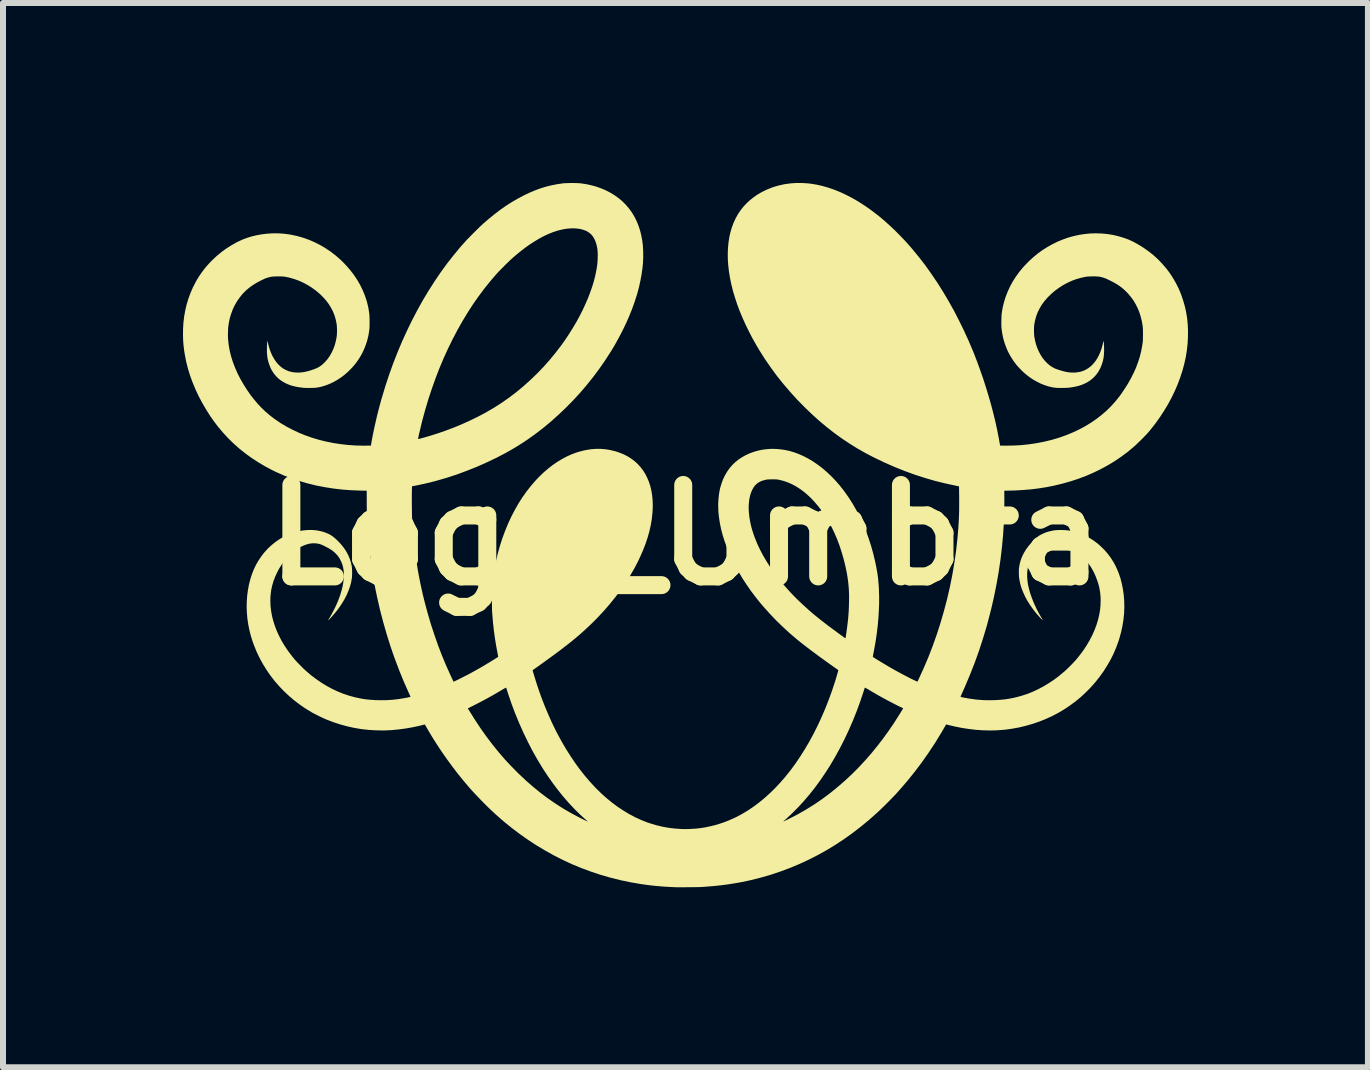
<source format=kicad_pcb>
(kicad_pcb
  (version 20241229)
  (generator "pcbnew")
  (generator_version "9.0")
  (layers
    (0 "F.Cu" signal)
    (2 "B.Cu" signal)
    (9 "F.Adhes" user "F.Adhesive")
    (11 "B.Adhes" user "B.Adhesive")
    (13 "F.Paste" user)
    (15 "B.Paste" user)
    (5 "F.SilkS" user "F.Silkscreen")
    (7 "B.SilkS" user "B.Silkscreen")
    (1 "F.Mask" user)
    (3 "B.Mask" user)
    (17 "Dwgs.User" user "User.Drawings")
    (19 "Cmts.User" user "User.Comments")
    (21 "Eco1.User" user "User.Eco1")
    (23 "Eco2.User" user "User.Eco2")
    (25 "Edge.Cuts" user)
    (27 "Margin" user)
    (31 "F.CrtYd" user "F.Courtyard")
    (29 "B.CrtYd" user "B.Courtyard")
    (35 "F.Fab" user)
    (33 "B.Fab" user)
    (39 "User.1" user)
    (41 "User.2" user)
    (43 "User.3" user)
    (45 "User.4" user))
  (footprint "Logo_Umbra"
    (layer "F.Cu")
    (at 8.374 5.868)
    (property "Reference" "Logo_Umbra" (at 0 0 0) (layer "F.SilkS") (effects (font (size 1.524 1.524) (thickness 0.3))))
    (attr board_only exclude_from_pos_files exclude_from_bom)
    (fp_poly (pts (xy 2.038 -5.862) (xy 2.091 -5.856) (xy 2.188 -5.84) (xy 2.285 -5.818) (xy 2.383 -5.79) (xy 2.481 -5.756) (xy 2.581 -5.716) (xy 2.68 -5.669) (xy 2.78 -5.618) (xy 2.88 -5.56) (xy 2.98 -5.496) (xy 3.08 -5.427) (xy 3.179 -5.352) (xy 3.219 -5.321) (xy 3.309 -5.246) (xy 3.399 -5.165) (xy 3.49 -5.08) (xy 3.579 -4.99) (xy 3.668 -4.897) (xy 3.754 -4.8) (xy 3.794 -4.753) (xy 3.9 -4.623) (xy 4.004 -4.488) (xy 4.104 -4.347) (xy 4.202 -4.202) (xy 4.297 -4.051) (xy 4.388 -3.897) (xy 4.477 -3.738) (xy 4.561 -3.575) (xy 4.642 -3.409) (xy 4.72 -3.239) (xy 4.793 -3.067) (xy 4.812 -3.02) (xy 4.864 -2.885) (xy 4.914 -2.747) (xy 4.963 -2.607) (xy 5.008 -2.466) (xy 5.051 -2.325) (xy 5.092 -2.183) (xy 5.129 -2.043) (xy 5.163 -1.905) (xy 5.193 -1.769) (xy 5.219 -1.637) (xy 5.236 -1.543) (xy 5.245 -1.491) (xy 5.34 -1.49) (xy 5.471 -1.492) (xy 5.601 -1.499) (xy 5.73 -1.513) (xy 5.858 -1.532) (xy 5.984 -1.557) (xy 6.108 -1.587) (xy 6.229 -1.623) (xy 6.247 -1.629) (xy 6.358 -1.669) (xy 6.466 -1.714) (xy 6.569 -1.763) (xy 6.667 -1.816) (xy 6.762 -1.874) (xy 6.852 -1.936) (xy 6.937 -2.002) (xy 7.018 -2.072) (xy 7.094 -2.147) (xy 7.165 -2.225) (xy 7.231 -2.307) (xy 7.236 -2.314) (xy 7.253 -2.337) (xy 7.273 -2.365) (xy 7.293 -2.395) (xy 7.314 -2.426) (xy 7.334 -2.457) (xy 7.353 -2.487) (xy 7.37 -2.513) (xy 7.375 -2.522) (xy 7.426 -2.613) (xy 7.472 -2.704) (xy 7.512 -2.793) (xy 7.545 -2.883) (xy 7.574 -2.972) (xy 7.596 -3.062) (xy 7.613 -3.152) (xy 7.623 -3.219) (xy 7.624 -3.235) (xy 7.625 -3.256) (xy 7.626 -3.281) (xy 7.626 -3.308) (xy 7.627 -3.337) (xy 7.627 -3.367) (xy 7.626 -3.395) (xy 7.626 -3.422) (xy 7.625 -3.445) (xy 7.623 -3.463) (xy 7.623 -3.471) (xy 7.61 -3.554) (xy 7.591 -3.633) (xy 7.568 -3.708) (xy 7.539 -3.78) (xy 7.505 -3.848) (xy 7.466 -3.913) (xy 7.421 -3.974) (xy 7.372 -4.031) (xy 7.354 -4.05) (xy 7.322 -4.081) (xy 7.29 -4.109) (xy 7.258 -4.135) (xy 7.223 -4.16) (xy 7.185 -4.184) (xy 7.144 -4.208) (xy 7.098 -4.232) (xy 7.072 -4.245) (xy 7.039 -4.261) (xy 7.009 -4.275) (xy 6.981 -4.285) (xy 6.954 -4.294) (xy 6.926 -4.301) (xy 6.903 -4.305) (xy 6.883 -4.308) (xy 6.858 -4.31) (xy 6.83 -4.311) (xy 6.799 -4.312) (xy 6.768 -4.311) (xy 6.737 -4.31) (xy 6.709 -4.309) (xy 6.683 -4.306) (xy 6.668 -4.304) (xy 6.59 -4.287) (xy 6.514 -4.265) (xy 6.438 -4.237) (xy 6.365 -4.203) (xy 6.293 -4.164) (xy 6.225 -4.12) (xy 6.159 -4.072) (xy 6.098 -4.019) (xy 6.04 -3.963) (xy 5.987 -3.902) (xy 5.981 -3.895) (xy 5.939 -3.837) (xy 5.903 -3.776) (xy 5.872 -3.713) (xy 5.847 -3.647) (xy 5.828 -3.578) (xy 5.816 -3.516) (xy 5.813 -3.492) (xy 5.811 -3.465) (xy 5.81 -3.434) (xy 5.81 -3.402) (xy 5.811 -3.37) (xy 5.812 -3.34) (xy 5.815 -3.314) (xy 5.816 -3.304) (xy 5.828 -3.241) (xy 5.844 -3.179) (xy 5.864 -3.119) (xy 5.889 -3.063) (xy 5.917 -3.009) (xy 5.948 -2.959) (xy 5.983 -2.914) (xy 6.021 -2.873) (xy 6.061 -2.837) (xy 6.104 -2.806) (xy 6.115 -2.8) (xy 6.131 -2.791) (xy 6.145 -2.783) (xy 6.16 -2.776) (xy 6.177 -2.769) (xy 6.197 -2.762) (xy 6.221 -2.754) (xy 6.226 -2.752) (xy 6.266 -2.74) (xy 6.301 -2.73) (xy 6.334 -2.722) (xy 6.364 -2.716) (xy 6.394 -2.712) (xy 6.425 -2.709) (xy 6.427 -2.709) (xy 6.483 -2.708) (xy 6.537 -2.713) (xy 6.589 -2.723) (xy 6.637 -2.739) (xy 6.683 -2.761) (xy 6.726 -2.789) (xy 6.767 -2.822) (xy 6.804 -2.861) (xy 6.839 -2.905) (xy 6.87 -2.955) (xy 6.886 -2.985) (xy 6.912 -3.041) (xy 6.934 -3.101) (xy 6.952 -3.164) (xy 6.96 -3.198) (xy 6.963 -3.212) (xy 6.966 -3.224) (xy 6.968 -3.232) (xy 6.969 -3.235) (xy 6.97 -3.233) (xy 6.972 -3.226) (xy 6.973 -3.214) (xy 6.975 -3.199) (xy 6.976 -3.18) (xy 6.977 -3.16) (xy 6.978 -3.138) (xy 6.978 -3.115) (xy 6.979 -3.093) (xy 6.979 -3.09) (xy 6.978 -3.044) (xy 6.975 -3.002) (xy 6.971 -2.963) (xy 6.964 -2.926) (xy 6.955 -2.889) (xy 6.943 -2.851) (xy 6.942 -2.847) (xy 6.92 -2.791) (xy 6.893 -2.739) (xy 6.862 -2.691) (xy 6.825 -2.647) (xy 6.784 -2.607) (xy 6.739 -2.572) (xy 6.689 -2.541) (xy 6.634 -2.515) (xy 6.607 -2.504) (xy 6.564 -2.49) (xy 6.515 -2.477) (xy 6.464 -2.467) (xy 6.411 -2.459) (xy 6.375 -2.455) (xy 6.356 -2.454) (xy 6.333 -2.453) (xy 6.307 -2.452) (xy 6.279 -2.452) (xy 6.251 -2.452) (xy 6.224 -2.452) (xy 6.2 -2.453) (xy 6.18 -2.454) (xy 6.168 -2.455) (xy 6.108 -2.464) (xy 6.047 -2.479) (xy 5.985 -2.499) (xy 5.923 -2.524) (xy 5.861 -2.555) (xy 5.8 -2.589) (xy 5.741 -2.628) (xy 5.685 -2.671) (xy 5.656 -2.695) (xy 5.635 -2.714) (xy 5.612 -2.736) (xy 5.588 -2.76) (xy 5.564 -2.785) (xy 5.542 -2.809) (xy 5.522 -2.832) (xy 5.512 -2.844) (xy 5.462 -2.912) (xy 5.417 -2.983) (xy 5.377 -3.057) (xy 5.344 -3.134) (xy 5.316 -3.213) (xy 5.294 -3.294) (xy 5.278 -3.376) (xy 5.268 -3.454) (xy 5.267 -3.477) (xy 5.266 -3.504) (xy 5.266 -3.534) (xy 5.266 -3.566) (xy 5.267 -3.598) (xy 5.268 -3.629) (xy 5.269 -3.658) (xy 5.271 -3.683) (xy 5.273 -3.699) (xy 5.288 -3.791) (xy 5.31 -3.881) (xy 5.337 -3.969) (xy 5.371 -4.056) (xy 5.41 -4.141) (xy 5.455 -4.224) (xy 5.506 -4.304) (xy 5.563 -4.383) (xy 5.625 -4.459) (xy 5.694 -4.532) (xy 5.719 -4.558) (xy 5.793 -4.626) (xy 5.87 -4.69) (xy 5.95 -4.748) (xy 6.033 -4.801) (xy 6.118 -4.848) (xy 6.205 -4.891) (xy 6.293 -4.927) (xy 6.383 -4.959) (xy 6.475 -4.984) (xy 6.567 -5.004) (xy 6.66 -5.018) (xy 6.754 -5.027) (xy 6.847 -5.029) (xy 6.941 -5.026) (xy 7.035 -5.017) (xy 7.128 -5.002) (xy 7.22 -4.98) (xy 7.293 -4.958) (xy 7.341 -4.942) (xy 7.386 -4.925) (xy 7.43 -4.905) (xy 7.474 -4.884) (xy 7.519 -4.859) (xy 7.551 -4.841) (xy 7.64 -4.786) (xy 7.724 -4.726) (xy 7.804 -4.662) (xy 7.879 -4.594) (xy 7.948 -4.521) (xy 8.014 -4.445) (xy 8.074 -4.366) (xy 8.128 -4.282) (xy 8.178 -4.195) (xy 8.223 -4.105) (xy 8.262 -4.011) (xy 8.295 -3.914) (xy 8.324 -3.814) (xy 8.343 -3.73) (xy 8.353 -3.673) (xy 8.362 -3.617) (xy 8.368 -3.561) (xy 8.373 -3.504) (xy 8.376 -3.443) (xy 8.377 -3.401) (xy 8.376 -3.293) (xy 8.37 -3.186) (xy 8.358 -3.079) (xy 8.341 -2.971) (xy 8.317 -2.862) (xy 8.288 -2.752) (xy 8.282 -2.733) (xy 8.246 -2.622) (xy 8.204 -2.51) (xy 8.156 -2.399) (xy 8.103 -2.289) (xy 8.044 -2.18) (xy 7.98 -2.074) (xy 7.912 -1.969) (xy 7.84 -1.868) (xy 7.763 -1.769) (xy 7.72 -1.717) (xy 7.704 -1.699) (xy 7.684 -1.677) (xy 7.661 -1.653) (xy 7.636 -1.627) (xy 7.609 -1.6) (xy 7.582 -1.573) (xy 7.555 -1.547) (xy 7.529 -1.522) (xy 7.505 -1.499) (xy 7.484 -1.48) (xy 7.469 -1.467) (xy 7.367 -1.382) (xy 7.26 -1.303) (xy 7.151 -1.229) (xy 7.037 -1.161) (xy 6.92 -1.097) (xy 6.8 -1.039) (xy 6.675 -0.985) (xy 6.547 -0.937) (xy 6.415 -0.894) (xy 6.28 -0.856) (xy 6.267 -0.853) (xy 6.143 -0.823) (xy 6.017 -0.798) (xy 5.891 -0.778) (xy 5.762 -0.762) (xy 5.631 -0.751) (xy 5.495 -0.743) (xy 5.416 -0.741) (xy 5.315 -0.739) (xy 5.316 -0.603) (xy 5.315 -0.404) (xy 5.308 -0.204) (xy 5.295 -0.001) (xy 5.276 0.202) (xy 5.252 0.407) (xy 5.222 0.612) (xy 5.186 0.817) (xy 5.145 1.022) (xy 5.098 1.227) (xy 5.081 1.294) (xy 5.025 1.508) (xy 4.962 1.718) (xy 4.895 1.925) (xy 4.822 2.128) (xy 4.743 2.329) (xy 4.659 2.528) (xy 4.619 2.618) (xy 4.608 2.643) (xy 4.599 2.664) (xy 4.592 2.68) (xy 4.588 2.691) (xy 4.587 2.697) (xy 4.587 2.698) (xy 4.594 2.7) (xy 4.605 2.702) (xy 4.621 2.706) (xy 4.64 2.709) (xy 4.661 2.713) (xy 4.683 2.717) (xy 4.704 2.721) (xy 4.724 2.725) (xy 4.726 2.725) (xy 4.789 2.734) (xy 4.848 2.742) (xy 4.906 2.747) (xy 4.965 2.751) (xy 5.025 2.753) (xy 5.089 2.753) (xy 5.111 2.753) (xy 5.188 2.75) (xy 5.261 2.745) (xy 5.331 2.738) (xy 5.399 2.727) (xy 5.468 2.714) (xy 5.538 2.697) (xy 5.61 2.677) (xy 5.62 2.674) (xy 5.707 2.645) (xy 5.794 2.61) (xy 5.881 2.569) (xy 5.967 2.523) (xy 6.052 2.472) (xy 6.136 2.417) (xy 6.217 2.357) (xy 6.295 2.292) (xy 6.326 2.266) (xy 6.347 2.246) (xy 6.371 2.223) (xy 6.397 2.198) (xy 6.423 2.172) (xy 6.449 2.145) (xy 6.473 2.12) (xy 6.495 2.096) (xy 6.513 2.076) (xy 6.515 2.074) (xy 6.578 1.996) (xy 6.637 1.916) (xy 6.69 1.835) (xy 6.738 1.753) (xy 6.781 1.67) (xy 6.818 1.587) (xy 6.85 1.503) (xy 6.876 1.419) (xy 6.896 1.335) (xy 6.911 1.252) (xy 6.919 1.169) (xy 6.921 1.087) (xy 6.92 1.039) (xy 6.915 0.975) (xy 6.906 0.914) (xy 6.894 0.854) (xy 6.877 0.795) (xy 6.865 0.759) (xy 6.835 0.681) (xy 6.8 0.605) (xy 6.759 0.534) (xy 6.714 0.467) (xy 6.664 0.403) (xy 6.61 0.344) (xy 6.607 0.341) (xy 6.555 0.293) (xy 6.503 0.251) (xy 6.449 0.216) (xy 6.394 0.187) (xy 6.339 0.164) (xy 6.282 0.147) (xy 6.269 0.144) (xy 6.247 0.14) (xy 6.221 0.138) (xy 6.193 0.138) (xy 6.166 0.139) (xy 6.14 0.141) (xy 6.118 0.144) (xy 6.112 0.146) (xy 6.077 0.157) (xy 6.045 0.17) (xy 6.022 0.182) (xy 6.01 0.189) (xy 5.996 0.197) (xy 5.981 0.204) (xy 5.978 0.206) (xy 5.928 0.233) (xy 5.883 0.264) (xy 5.843 0.297) (xy 5.807 0.335) (xy 5.786 0.36) (xy 5.773 0.381) (xy 5.758 0.405) (xy 5.745 0.432) (xy 5.733 0.459) (xy 5.723 0.485) (xy 5.72 0.492) (xy 5.708 0.541) (xy 5.7 0.593) (xy 5.696 0.649) (xy 5.697 0.707) (xy 5.702 0.767) (xy 5.711 0.828) (xy 5.712 0.834) (xy 5.727 0.898) (xy 5.746 0.966) (xy 5.77 1.036) (xy 5.797 1.107) (xy 5.829 1.179) (xy 5.863 1.251) (xy 5.901 1.321) (xy 5.934 1.379) (xy 5.943 1.393) (xy 5.949 1.406) (xy 5.954 1.415) (xy 5.956 1.42) (xy 5.956 1.421) (xy 5.952 1.418) (xy 5.945 1.411) (xy 5.934 1.4) (xy 5.922 1.387) (xy 5.908 1.372) (xy 5.893 1.356) (xy 5.879 1.339) (xy 5.864 1.323) (xy 5.851 1.308) (xy 5.845 1.301) (xy 5.791 1.232) (xy 5.742 1.162) (xy 5.698 1.092) (xy 5.66 1.022) (xy 5.628 0.951) (xy 5.601 0.882) (xy 5.581 0.812) (xy 5.567 0.744) (xy 5.563 0.717) (xy 5.56 0.695) (xy 5.559 0.669) (xy 5.558 0.642) (xy 5.558 0.613) (xy 5.558 0.586) (xy 5.559 0.562) (xy 5.561 0.546) (xy 5.572 0.482) (xy 5.589 0.419) (xy 5.612 0.358) (xy 5.642 0.298) (xy 5.677 0.24) (xy 5.719 0.183) (xy 5.767 0.128) (xy 5.789 0.105) (xy 5.81 0.085) (xy 5.831 0.065) (xy 5.851 0.047) (xy 5.87 0.03) (xy 5.887 0.017) (xy 5.896 0.01) (xy 5.907 0.004) (xy 5.921 -0.004) (xy 5.939 -0.013) (xy 5.958 -0.022) (xy 5.977 -0.031) (xy 5.996 -0.038) (xy 6.006 -0.043) (xy 6.034 -0.052) (xy 6.065 -0.061) (xy 6.099 -0.069) (xy 6.133 -0.076) (xy 6.15 -0.079) (xy 6.173 -0.081) (xy 6.202 -0.083) (xy 6.233 -0.084) (xy 6.266 -0.084) (xy 6.3 -0.083) (xy 6.332 -0.082) (xy 6.361 -0.079) (xy 6.383 -0.077) (xy 6.46 -0.062) (xy 6.535 -0.041) (xy 6.608 -0.014) (xy 6.679 0.019) (xy 6.748 0.056) (xy 6.814 0.099) (xy 6.877 0.147) (xy 6.936 0.2) (xy 6.992 0.257) (xy 7.045 0.319) (xy 7.093 0.384) (xy 7.137 0.454) (xy 7.168 0.511) (xy 7.2 0.581) (xy 7.228 0.652) (xy 7.253 0.727) (xy 7.273 0.806) (xy 7.29 0.889) (xy 7.292 0.897) (xy 7.306 0.999) (xy 7.314 1.101) (xy 7.316 1.204) (xy 7.312 1.308) (xy 7.301 1.412) (xy 7.284 1.517) (xy 7.261 1.622) (xy 7.232 1.727) (xy 7.217 1.774) (xy 7.179 1.878) (xy 7.135 1.98) (xy 7.085 2.08) (xy 7.029 2.177) (xy 6.969 2.272) (xy 6.903 2.364) (xy 6.833 2.452) (xy 6.758 2.537) (xy 6.678 2.618) (xy 6.595 2.696) (xy 6.507 2.769) (xy 6.415 2.837) (xy 6.32 2.901) (xy 6.222 2.96) (xy 6.215 2.964) (xy 6.113 3.017) (xy 6.008 3.065) (xy 5.899 3.109) (xy 5.788 3.147) (xy 5.675 3.179) (xy 5.56 3.207) (xy 5.444 3.228) (xy 5.327 3.244) (xy 5.294 3.247) (xy 5.184 3.255) (xy 5.071 3.257) (xy 4.956 3.254) (xy 4.839 3.246) (xy 4.722 3.232) (xy 4.604 3.214) (xy 4.486 3.19) (xy 4.396 3.169) (xy 4.38 3.165) (xy 4.365 3.161) (xy 4.354 3.159) (xy 4.348 3.157) (xy 4.346 3.157) (xy 4.344 3.159) (xy 4.34 3.166) (xy 4.334 3.177) (xy 4.327 3.189) (xy 4.316 3.207) (xy 4.303 3.23) (xy 4.288 3.256) (xy 4.271 3.285) (xy 4.253 3.315) (xy 4.234 3.346) (xy 4.215 3.377) (xy 4.197 3.406) (xy 4.181 3.433) (xy 4.166 3.457) (xy 4.156 3.473) (xy 4.049 3.634) (xy 3.939 3.791) (xy 3.824 3.943) (xy 3.706 4.09) (xy 3.584 4.232) (xy 3.503 4.323) (xy 3.484 4.342) (xy 3.462 4.365) (xy 3.437 4.391) (xy 3.41 4.418) (xy 3.381 4.448) (xy 3.351 4.478) (xy 3.321 4.508) (xy 3.291 4.537) (xy 3.263 4.564) (xy 3.237 4.589) (xy 3.214 4.611) (xy 3.194 4.63) (xy 3.191 4.632) (xy 3.058 4.75) (xy 2.922 4.862) (xy 2.784 4.968) (xy 2.643 5.069) (xy 2.5 5.163) (xy 2.354 5.252) (xy 2.206 5.334) (xy 2.055 5.411) (xy 1.902 5.482) (xy 1.747 5.547) (xy 1.589 5.606) (xy 1.429 5.66) (xy 1.266 5.707) (xy 1.101 5.749) (xy 1.056 5.759) (xy 0.944 5.783) (xy 0.832 5.803) (xy 0.719 5.821) (xy 0.605 5.836) (xy 0.488 5.849) (xy 0.367 5.859) (xy 0.268 5.866) (xy 0.255 5.867) (xy 0.236 5.867) (xy 0.213 5.868) (xy 0.185 5.868) (xy 0.155 5.869) (xy 0.122 5.869) (xy 0.087 5.87) (xy 0.052 5.87) (xy 0.017 5.87) (xy -0.017 5.871) (xy -0.05 5.871) (xy -0.081 5.871) (xy -0.108 5.871) (xy -0.131 5.871) (xy -0.15 5.87) (xy -0.163 5.87) (xy -0.164 5.87) (xy -0.245 5.866) (xy -0.321 5.862) (xy -0.393 5.857) (xy -0.462 5.851) (xy -0.529 5.845) (xy -0.595 5.837) (xy -0.66 5.829) (xy -0.728 5.819) (xy -0.748 5.816) (xy -0.917 5.787) (xy -1.084 5.752) (xy -1.248 5.711) (xy -1.411 5.664) (xy -1.571 5.611) (xy -1.73 5.552) (xy -1.886 5.488) (xy -2.039 5.417) (xy -2.191 5.34) (xy -2.34 5.257) (xy -2.487 5.169) (xy -2.509 5.155) (xy -2.636 5.071) (xy -2.762 4.982) (xy -2.888 4.887) (xy -3.011 4.788) (xy -3.098 4.713) (xy -3.162 4.656) (xy -3.229 4.594) (xy -3.297 4.529) (xy -3.365 4.461) (xy -3.432 4.392) (xy -3.498 4.323) (xy -3.562 4.254) (xy -3.608 4.202) (xy -3.7 4.093) (xy -3.792 3.98) (xy -3.882 3.862) (xy -3.971 3.741) (xy -4.057 3.618) (xy -4.14 3.493) (xy -4.219 3.368) (xy -4.293 3.244) (xy -4.318 3.2) (xy -4.327 3.184) (xy -4.334 3.172) (xy -4.339 3.164) (xy -4.343 3.16) (xy -4.346 3.158) (xy -4.349 3.158) (xy -4.363 3.162) (xy -4.381 3.166) (xy -4.404 3.172) (xy -4.428 3.178) (xy -4.453 3.184) (xy -4.478 3.189) (xy -4.501 3.194) (xy -4.521 3.199) (xy -4.526 3.2) (xy -4.654 3.223) (xy -4.781 3.24) (xy -4.906 3.252) (xy -5.031 3.257) (xy -5.153 3.255) (xy -5.275 3.248) (xy -5.396 3.235) (xy -5.515 3.215) (xy -5.634 3.189) (xy -5.751 3.157) (xy -5.868 3.119) (xy -5.985 3.074) (xy -5.988 3.073) (xy -6.012 3.062) (xy -6.041 3.049) (xy -6.072 3.035) (xy -6.104 3.019) (xy -6.137 3.002) (xy -6.169 2.986) (xy -6.199 2.971) (xy -6.225 2.957) (xy -6.234 2.951) (xy -6.334 2.89) (xy -6.336 2.889) (xy -3.626 2.889) (xy -3.615 2.908) (xy -3.519 3.062) (xy -3.421 3.211) (xy -3.32 3.354) (xy -3.216 3.491) (xy -3.113 3.619) (xy -3.005 3.744) (xy -2.893 3.863) (xy -2.779 3.978) (xy -2.662 4.088) (xy -2.542 4.193) (xy -2.42 4.293) (xy -2.295 4.387) (xy -2.167 4.475) (xy -2.038 4.558) (xy -1.907 4.634) (xy -1.774 4.705) (xy -1.69 4.747) (xy -1.668 4.757) (xy -1.652 4.765) (xy -1.64 4.77) (xy -1.633 4.773) (xy -1.628 4.775) (xy -1.626 4.776) (xy -1.626 4.775) (xy -1.628 4.774) (xy -1.631 4.771) (xy -1.638 4.764) (xy -1.648 4.755) (xy -1.66 4.745) (xy -1.663 4.743) (xy -1.757 4.657) (xy -1.851 4.564) (xy -1.943 4.466) (xy -2.033 4.363) (xy -2.121 4.254) (xy -2.206 4.141) (xy -2.289 4.024) (xy -2.369 3.903) (xy -2.389 3.871) (xy -2.472 3.733) (xy -2.553 3.589) (xy -2.629 3.441) (xy -2.702 3.289) (xy -2.771 3.134) (xy -2.836 2.977) (xy -2.896 2.818) (xy -2.951 2.657) (xy -2.966 2.609) (xy -2.972 2.59) (xy -2.978 2.573) (xy -2.982 2.559) (xy -2.986 2.549) (xy -2.988 2.544) (xy -2.988 2.543) (xy -2.991 2.544) (xy -2.999 2.548) (xy -3.011 2.554) (xy -3.025 2.562) (xy -3.041 2.571) (xy -3.041 2.571) (xy -3.129 2.623) (xy -3.213 2.672) (xy -3.296 2.718) (xy -3.379 2.763) (xy -3.464 2.807) (xy -3.521 2.836) (xy -3.626 2.889) (xy -6.336 2.889) (xy -6.43 2.824) (xy -6.522 2.754) (xy -6.61 2.679) (xy -6.694 2.6) (xy -6.773 2.517) (xy -6.848 2.431) (xy -6.917 2.341) (xy -6.982 2.247) (xy -7.042 2.15) (xy -7.096 2.051) (xy -7.145 1.949) (xy -7.188 1.844) (xy -7.215 1.77) (xy -7.244 1.677) (xy -7.268 1.582) (xy -7.287 1.486) (xy -7.301 1.39) (xy -7.309 1.295) (xy -7.313 1.201) (xy -7.311 1.11) (xy -7.311 1.109) (xy -7.304 1.01) (xy -7.291 0.914) (xy -7.274 0.822) (xy -7.251 0.734) (xy -7.224 0.65) (xy -7.192 0.569) (xy -7.155 0.492) (xy -7.112 0.419) (xy -7.065 0.35) (xy -7.013 0.283) (xy -7.009 0.28) (xy -6.957 0.222) (xy -6.9 0.17) (xy -6.84 0.121) (xy -6.778 0.077) (xy -6.713 0.038) (xy -6.646 0.004) (xy -6.577 -0.025) (xy -6.507 -0.048) (xy -6.436 -0.066) (xy -6.365 -0.078) (xy -6.294 -0.084) (xy -6.228 -0.085) (xy -6.161 -0.08) (xy -6.098 -0.069) (xy -6.037 -0.054) (xy -5.987 -0.036) (xy -5.957 -0.023) (xy -5.929 -0.01) (xy -5.903 0.006) (xy -5.877 0.024) (xy -5.851 0.044) (xy -5.823 0.069) (xy -5.793 0.098) (xy -5.783 0.108) (xy -5.733 0.162) (xy -5.69 0.217) (xy -5.653 0.273) (xy -5.621 0.332) (xy -5.596 0.392) (xy -5.576 0.454) (xy -5.562 0.514) (xy -5.559 0.533) (xy -5.557 0.557) (xy -5.556 0.584) (xy -5.555 0.613) (xy -5.555 0.642) (xy -5.556 0.67) (xy -5.557 0.695) (xy -5.559 0.715) (xy -5.571 0.785) (xy -5.59 0.856) (xy -5.615 0.927) (xy -5.646 0.999) (xy -5.683 1.071) (xy -5.726 1.143) (xy -5.776 1.216) (xy -5.798 1.245) (xy -5.811 1.263) (xy -5.827 1.282) (xy -5.844 1.303) (xy -5.861 1.323) (xy -5.879 1.343) (xy -5.896 1.363) (xy -5.912 1.38) (xy -5.926 1.395) (xy -5.938 1.408) (xy -5.947 1.416) (xy -5.952 1.42) (xy -5.953 1.419) (xy -5.951 1.413) (xy -5.945 1.403) (xy -5.938 1.39) (xy -5.908 1.341) (xy -5.879 1.287) (xy -5.85 1.231) (xy -5.823 1.174) (xy -5.798 1.118) (xy -5.785 1.085) (xy -5.756 1.007) (xy -5.733 0.931) (xy -5.714 0.859) (xy -5.702 0.789) (xy -5.694 0.723) (xy -5.692 0.66) (xy -5.695 0.6) (xy -5.704 0.543) (xy -5.718 0.49) (xy -5.738 0.44) (xy -5.762 0.393) (xy -5.792 0.349) (xy -5.828 0.309) (xy -5.834 0.303) (xy -5.85 0.288) (xy -5.866 0.274) (xy -5.882 0.262) (xy -5.899 0.249) (xy -5.919 0.237) (xy -5.941 0.223) (xy -5.967 0.209) (xy -5.996 0.194) (xy -6.031 0.176) (xy -6.044 0.17) (xy -6.081 0.154) (xy -6.121 0.144) (xy -6.163 0.138) (xy -6.207 0.137) (xy -6.25 0.141) (xy -6.267 0.144) (xy -6.32 0.158) (xy -6.372 0.178) (xy -6.425 0.204) (xy -6.476 0.235) (xy -6.527 0.272) (xy -6.575 0.313) (xy -6.623 0.36) (xy -6.668 0.41) (xy -6.71 0.465) (xy -6.729 0.492) (xy -6.77 0.557) (xy -6.806 0.625) (xy -6.838 0.695) (xy -6.865 0.766) (xy -6.886 0.837) (xy -6.902 0.908) (xy -6.907 0.94) (xy -6.916 1.02) (xy -6.918 1.102) (xy -6.915 1.184) (xy -6.905 1.267) (xy -6.89 1.351) (xy -6.868 1.435) (xy -6.841 1.519) (xy -6.809 1.602) (xy -6.77 1.686) (xy -6.727 1.769) (xy -6.677 1.851) (xy -6.623 1.931) (xy -6.563 2.011) (xy -6.512 2.074) (xy -6.494 2.094) (xy -6.472 2.118) (xy -6.447 2.144) (xy -6.421 2.17) (xy -6.395 2.197) (xy -6.369 2.223) (xy -6.344 2.246) (xy -6.322 2.266) (xy -6.322 2.266) (xy -6.24 2.336) (xy -6.155 2.4) (xy -6.068 2.46) (xy -5.979 2.515) (xy -5.888 2.564) (xy -5.796 2.607) (xy -5.703 2.645) (xy -5.609 2.676) (xy -5.59 2.682) (xy -5.506 2.704) (xy -5.424 2.722) (xy -5.343 2.736) (xy -5.26 2.745) (xy -5.175 2.751) (xy -5.087 2.753) (xy -5.073 2.753) (xy -5.008 2.753) (xy -4.947 2.75) (xy -4.888 2.746) (xy -4.828 2.74) (xy -4.766 2.732) (xy -4.751 2.729) (xy -4.734 2.727) (xy -4.715 2.723) (xy -4.694 2.72) (xy -4.672 2.716) (xy -4.651 2.712) (xy -4.631 2.708) (xy -4.613 2.704) (xy -4.598 2.701) (xy -4.588 2.699) (xy -4.583 2.698) (xy -4.582 2.698) (xy -4.583 2.694) (xy -4.586 2.686) (xy -4.59 2.675) (xy -4.597 2.66) (xy -4.604 2.645) (xy -4.689 2.454) (xy -4.769 2.259) (xy -4.844 2.061) (xy -4.914 1.86) (xy -4.978 1.656) (xy -5.037 1.45) (xy -5.091 1.243) (xy -5.139 1.034) (xy -5.182 0.825) (xy -5.218 0.615) (xy -5.249 0.404) (xy -5.274 0.194) (xy -5.275 0.184) (xy -5.283 0.105) (xy -5.289 0.03) (xy -5.295 -0.041) (xy -5.3 -0.109) (xy -5.304 -0.177) (xy -5.307 -0.244) (xy -5.309 -0.313) (xy -5.31 -0.385) (xy -5.311 -0.461) (xy -5.311 -0.535) (xy -5.312 -0.739) (xy -5.413 -0.741) (xy -5.567 -0.747) (xy -5.717 -0.758) (xy -5.865 -0.775) (xy -6.01 -0.798) (xy -6.151 -0.825) (xy -6.29 -0.859) (xy -6.425 -0.898) (xy -6.558 -0.942) (xy -6.687 -0.991) (xy -6.812 -1.046) (xy -6.889 -1.083) (xy -7.007 -1.146) (xy -7.12 -1.213) (xy -7.229 -1.284) (xy -7.334 -1.36) (xy -7.434 -1.44) (xy -7.529 -1.524) (xy -7.62 -1.613) (xy -7.706 -1.706) (xy -7.788 -1.803) (xy -7.852 -1.887) (xy -7.926 -1.993) (xy -7.994 -2.101) (xy -8.058 -2.211) (xy -8.116 -2.321) (xy -8.168 -2.433) (xy -8.215 -2.546) (xy -8.256 -2.659) (xy -8.291 -2.772) (xy -8.32 -2.886) (xy -8.342 -2.999) (xy -8.354 -3.071) (xy -8.359 -3.113) (xy -8.364 -3.152) (xy -8.367 -3.188) (xy -8.37 -3.225) (xy -8.372 -3.263) (xy -8.373 -3.305) (xy -8.374 -3.322) (xy -8.373 -3.431) (xy -8.367 -3.537) (xy -8.355 -3.64) (xy -8.337 -3.741) (xy -8.314 -3.84) (xy -8.285 -3.937) (xy -8.25 -4.032) (xy -8.21 -4.125) (xy -8.196 -4.152) (xy -8.154 -4.234) (xy -8.107 -4.311) (xy -8.057 -4.384) (xy -8.003 -4.455) (xy -7.943 -4.523) (xy -7.892 -4.576) (xy -7.817 -4.647) (xy -7.738 -4.713) (xy -7.655 -4.774) (xy -7.568 -4.829) (xy -7.478 -4.88) (xy -7.453 -4.892) (xy -7.379 -4.926) (xy -7.301 -4.955) (xy -7.22 -4.98) (xy -7.136 -4.999) (xy -7.05 -5.014) (xy -6.963 -5.024) (xy -6.875 -5.029) (xy -6.786 -5.029) (xy -6.698 -5.023) (xy -6.61 -5.012) (xy -6.558 -5.003) (xy -6.46 -4.981) (xy -6.363 -4.953) (xy -6.269 -4.919) (xy -6.177 -4.879) (xy -6.087 -4.833) (xy -6 -4.782) (xy -5.916 -4.726) (xy -5.835 -4.664) (xy -5.757 -4.597) (xy -5.716 -4.558) (xy -5.647 -4.486) (xy -5.583 -4.411) (xy -5.524 -4.334) (xy -5.471 -4.254) (xy -5.423 -4.172) (xy -5.382 -4.088) (xy -5.346 -4.002) (xy -5.328 -3.95) (xy -5.312 -3.902) (xy -5.3 -3.856) (xy -5.289 -3.81) (xy -5.28 -3.762) (xy -5.272 -3.71) (xy -5.27 -3.697) (xy -5.268 -3.676) (xy -5.266 -3.651) (xy -5.265 -3.622) (xy -5.264 -3.59) (xy -5.264 -3.557) (xy -5.264 -3.524) (xy -5.264 -3.492) (xy -5.265 -3.462) (xy -5.267 -3.436) (xy -5.269 -3.414) (xy -5.27 -3.408) (xy -5.284 -3.323) (xy -5.304 -3.241) (xy -5.33 -3.163) (xy -5.36 -3.087) (xy -5.396 -3.014) (xy -5.438 -2.943) (xy -5.467 -2.9) (xy -5.51 -2.843) (xy -5.558 -2.787) (xy -5.611 -2.734) (xy -5.666 -2.684) (xy -5.724 -2.638) (xy -5.744 -2.624) (xy -5.799 -2.588) (xy -5.856 -2.555) (xy -5.916 -2.526) (xy -5.975 -2.502) (xy -6.035 -2.482) (xy -6.094 -2.466) (xy -6.151 -2.457) (xy -6.165 -2.455) (xy -6.181 -2.454) (xy -6.202 -2.453) (xy -6.227 -2.452) (xy -6.254 -2.452) (xy -6.282 -2.452) (xy -6.31 -2.452) (xy -6.335 -2.453) (xy -6.358 -2.454) (xy -6.372 -2.455) (xy -6.444 -2.464) (xy -6.512 -2.477) (xy -6.575 -2.494) (xy -6.633 -2.516) (xy -6.688 -2.543) (xy -6.737 -2.573) (xy -6.783 -2.608) (xy -6.823 -2.648) (xy -6.859 -2.692) (xy -6.891 -2.74) (xy -6.917 -2.792) (xy -6.939 -2.849) (xy -6.939 -2.849) (xy -6.951 -2.887) (xy -6.961 -2.925) (xy -6.967 -2.962) (xy -6.972 -3.001) (xy -6.975 -3.043) (xy -6.975 -3.09) (xy -6.975 -3.112) (xy -6.975 -3.135) (xy -6.974 -3.157) (xy -6.973 -3.178) (xy -6.972 -3.197) (xy -6.97 -3.213) (xy -6.969 -3.225) (xy -6.967 -3.233) (xy -6.966 -3.235) (xy -6.966 -3.235) (xy -6.964 -3.232) (xy -6.962 -3.223) (xy -6.96 -3.211) (xy -6.957 -3.196) (xy -6.957 -3.196) (xy -6.942 -3.137) (xy -6.923 -3.078) (xy -6.9 -3.021) (xy -6.883 -2.985) (xy -6.853 -2.932) (xy -6.82 -2.884) (xy -6.784 -2.842) (xy -6.745 -2.806) (xy -6.704 -2.775) (xy -6.659 -2.751) (xy -6.612 -2.731) (xy -6.562 -2.718) (xy -6.51 -2.71) (xy -6.455 -2.708) (xy -6.424 -2.709) (xy -6.395 -2.712) (xy -6.368 -2.715) (xy -6.34 -2.72) (xy -6.311 -2.727) (xy -6.279 -2.735) (xy -6.243 -2.746) (xy -6.215 -2.755) (xy -6.171 -2.771) (xy -6.132 -2.788) (xy -6.097 -2.808) (xy -6.064 -2.831) (xy -6.033 -2.859) (xy -6.005 -2.886) (xy -5.964 -2.933) (xy -5.928 -2.985) (xy -5.896 -3.041) (xy -5.868 -3.101) (xy -5.845 -3.164) (xy -5.827 -3.23) (xy -5.814 -3.298) (xy -5.813 -3.304) (xy -5.81 -3.329) (xy -5.808 -3.358) (xy -5.807 -3.39) (xy -5.807 -3.423) (xy -5.808 -3.456) (xy -5.81 -3.486) (xy -5.812 -3.511) (xy -5.813 -3.517) (xy -5.827 -3.587) (xy -5.846 -3.654) (xy -5.871 -3.719) (xy -5.903 -3.782) (xy -5.94 -3.843) (xy -5.983 -3.902) (xy -6.033 -3.959) (xy -6.088 -4.014) (xy -6.15 -4.066) (xy -6.165 -4.079) (xy -6.231 -4.126) (xy -6.299 -4.169) (xy -6.371 -4.207) (xy -6.444 -4.24) (xy -6.519 -4.267) (xy -6.594 -4.289) (xy -6.664 -4.304) (xy -6.679 -4.306) (xy -6.692 -4.308) (xy -6.706 -4.309) (xy -6.721 -4.31) (xy -6.739 -4.311) (xy -6.761 -4.311) (xy -6.787 -4.311) (xy -6.818 -4.311) (xy -6.845 -4.31) (xy -6.867 -4.309) (xy -6.888 -4.307) (xy -6.907 -4.304) (xy -6.926 -4.3) (xy -6.947 -4.294) (xy -6.968 -4.289) (xy -6.991 -4.281) (xy -7.018 -4.27) (xy -7.048 -4.256) (xy -7.08 -4.24) (xy -7.113 -4.223) (xy -7.146 -4.205) (xy -7.178 -4.186) (xy -7.208 -4.167) (xy -7.211 -4.165) (xy -7.272 -4.121) (xy -7.329 -4.072) (xy -7.381 -4.019) (xy -7.428 -3.961) (xy -7.471 -3.9) (xy -7.509 -3.835) (xy -7.542 -3.767) (xy -7.569 -3.695) (xy -7.592 -3.621) (xy -7.609 -3.543) (xy -7.617 -3.487) (xy -7.62 -3.463) (xy -7.622 -3.433) (xy -7.623 -3.401) (xy -7.624 -3.367) (xy -7.625 -3.334) (xy -7.624 -3.302) (xy -7.623 -3.273) (xy -7.622 -3.257) (xy -7.612 -3.164) (xy -7.595 -3.071) (xy -7.572 -2.978) (xy -7.543 -2.885) (xy -7.507 -2.791) (xy -7.466 -2.697) (xy -7.418 -2.603) (xy -7.363 -2.508) (xy -7.303 -2.414) (xy -7.247 -2.333) (xy -7.188 -2.258) (xy -7.128 -2.187) (xy -7.066 -2.121) (xy -7 -2.058) (xy -6.931 -1.999) (xy -6.858 -1.942) (xy -6.836 -1.927) (xy -6.744 -1.864) (xy -6.647 -1.807) (xy -6.546 -1.754) (xy -6.442 -1.705) (xy -6.334 -1.661) (xy -6.223 -1.622) (xy -6.109 -1.588) (xy -5.992 -1.559) (xy -5.873 -1.535) (xy -5.752 -1.516) (xy -5.629 -1.502) (xy -5.505 -1.493) (xy -5.38 -1.49) (xy -5.339 -1.49) (xy -5.242 -1.491) (xy -5.233 -1.543) (xy -5.222 -1.607) (xy -4.455 -1.607) (xy -4.455 -1.603) (xy -4.454 -1.601) (xy -4.453 -1.601) (xy -4.452 -1.601) (xy -4.447 -1.601) (xy -4.438 -1.604) (xy -4.425 -1.607) (xy -4.408 -1.611) (xy -4.39 -1.616) (xy -4.388 -1.616) (xy -4.256 -1.654) (xy -4.123 -1.696) (xy -3.989 -1.743) (xy -3.856 -1.793) (xy -3.724 -1.848) (xy -3.595 -1.906) (xy -3.47 -1.967) (xy -3.349 -2.03) (xy -3.319 -2.047) (xy -3.189 -2.123) (xy -3.062 -2.204) (xy -2.938 -2.291) (xy -2.817 -2.383) (xy -2.699 -2.481) (xy -2.584 -2.584) (xy -2.473 -2.691) (xy -2.365 -2.803) (xy -2.261 -2.92) (xy -2.162 -3.041) (xy -2.066 -3.166) (xy -2.003 -3.255) (xy -1.938 -3.353) (xy -1.876 -3.452) (xy -1.817 -3.551) (xy -1.763 -3.651) (xy -1.712 -3.751) (xy -1.666 -3.851) (xy -1.623 -3.95) (xy -1.586 -4.047) (xy -1.552 -4.144) (xy -1.524 -4.238) (xy -1.501 -4.33) (xy -1.483 -4.419) (xy -1.474 -4.473) (xy -1.468 -4.52) (xy -1.464 -4.568) (xy -1.462 -4.616) (xy -1.461 -4.662) (xy -1.462 -4.706) (xy -1.465 -4.747) (xy -1.469 -4.782) (xy -1.47 -4.788) (xy -1.482 -4.841) (xy -1.497 -4.889) (xy -1.515 -4.931) (xy -1.537 -4.969) (xy -1.562 -5.002) (xy -1.592 -5.03) (xy -1.625 -5.054) (xy -1.662 -5.073) (xy -1.678 -5.079) (xy -1.714 -5.091) (xy -1.748 -5.1) (xy -1.784 -5.106) (xy -1.823 -5.11) (xy -1.859 -5.112) (xy -1.925 -5.111) (xy -1.992 -5.104) (xy -2.062 -5.091) (xy -2.133 -5.073) (xy -2.206 -5.049) (xy -2.281 -5.019) (xy -2.357 -4.984) (xy -2.434 -4.943) (xy -2.512 -4.896) (xy -2.592 -4.845) (xy -2.672 -4.788) (xy -2.753 -4.725) (xy -2.835 -4.658) (xy -2.885 -4.614) (xy -2.904 -4.597) (xy -2.927 -4.576) (xy -2.952 -4.551) (xy -2.98 -4.525) (xy -3.008 -4.497) (xy -3.036 -4.468) (xy -3.064 -4.44) (xy -3.091 -4.412) (xy -3.116 -4.387) (xy -3.137 -4.363) (xy -3.149 -4.351) (xy -3.251 -4.232) (xy -3.351 -4.108) (xy -3.448 -3.978) (xy -3.542 -3.844) (xy -3.632 -3.704) (xy -3.719 -3.56) (xy -3.803 -3.411) (xy -3.883 -3.258) (xy -3.96 -3.101) (xy -4.033 -2.94) (xy -4.102 -2.775) (xy -4.167 -2.606) (xy -4.228 -2.434) (xy -4.286 -2.259) (xy -4.339 -2.08) (xy -4.388 -1.899) (xy -4.432 -1.715) (xy -4.44 -1.683) (xy -4.445 -1.658) (xy -4.449 -1.639) (xy -4.452 -1.624) (xy -4.454 -1.614) (xy -4.455 -1.607) (xy -5.222 -1.607) (xy -5.218 -1.625) (xy -5.201 -1.712) (xy -5.182 -1.802) (xy -5.161 -1.895) (xy -5.139 -1.99) (xy -5.115 -2.085) (xy -5.09 -2.18) (xy -5.064 -2.273) (xy -5.057 -2.296) (xy -4.999 -2.489) (xy -4.936 -2.679) (xy -4.869 -2.865) (xy -4.797 -3.049) (xy -4.721 -3.229) (xy -4.641 -3.405) (xy -4.557 -3.578) (xy -4.469 -3.746) (xy -4.378 -3.91) (xy -4.282 -4.07) (xy -4.183 -4.225) (xy -4.081 -4.376) (xy -3.975 -4.522) (xy -3.865 -4.662) (xy -3.753 -4.798) (xy -3.676 -4.884) (xy -3.661 -4.901) (xy -3.642 -4.922) (xy -3.619 -4.945) (xy -3.594 -4.97) (xy -3.568 -4.997) (xy -3.54 -5.025) (xy -3.512 -5.053) (xy -3.484 -5.081) (xy -3.457 -5.107) (xy -3.432 -5.132) (xy -3.409 -5.154) (xy -3.39 -5.172) (xy -3.375 -5.186) (xy -3.279 -5.269) (xy -3.184 -5.346) (xy -3.09 -5.418) (xy -2.996 -5.484) (xy -2.901 -5.545) (xy -2.806 -5.601) (xy -2.71 -5.652) (xy -2.693 -5.661) (xy -2.599 -5.706) (xy -2.506 -5.745) (xy -2.414 -5.779) (xy -2.322 -5.807) (xy -2.23 -5.83) (xy -2.137 -5.848) (xy -2.047 -5.861) (xy -2.024 -5.864) (xy -1.996 -5.865) (xy -1.964 -5.866) (xy -1.93 -5.867) (xy -1.894 -5.868) (xy -1.859 -5.867) (xy -1.825 -5.867) (xy -1.793 -5.865) (xy -1.765 -5.864) (xy -1.742 -5.862) (xy -1.74 -5.861) (xy -1.656 -5.849) (xy -1.576 -5.832) (xy -1.498 -5.811) (xy -1.424 -5.786) (xy -1.35 -5.756) (xy -1.323 -5.744) (xy -1.25 -5.706) (xy -1.18 -5.663) (xy -1.114 -5.616) (xy -1.053 -5.565) (xy -0.997 -5.509) (xy -0.945 -5.449) (xy -0.898 -5.386) (xy -0.891 -5.375) (xy -0.85 -5.307) (xy -0.814 -5.235) (xy -0.783 -5.16) (xy -0.757 -5.081) (xy -0.736 -4.998) (xy -0.72 -4.913) (xy -0.709 -4.824) (xy -0.704 -4.732) (xy -0.703 -4.637) (xy -0.707 -4.539) (xy -0.717 -4.439) (xy -0.732 -4.336) (xy -0.752 -4.23) (xy -0.776 -4.122) (xy -0.806 -4.012) (xy -0.815 -3.984) (xy -0.851 -3.872) (xy -0.893 -3.757) (xy -0.94 -3.641) (xy -0.992 -3.524) (xy -1.049 -3.406) (xy -1.11 -3.289) (xy -1.175 -3.172) (xy -1.243 -3.057) (xy -1.251 -3.046) (xy -1.342 -2.905) (xy -1.438 -2.767) (xy -1.539 -2.632) (xy -1.645 -2.5) (xy -1.755 -2.371) (xy -1.87 -2.246) (xy -1.988 -2.126) (xy -2.11 -2.01) (xy -2.234 -1.898) (xy -2.361 -1.792) (xy -2.491 -1.692) (xy -2.524 -1.668) (xy -2.619 -1.6) (xy -2.713 -1.537) (xy -2.808 -1.477) (xy -2.904 -1.42) (xy -3.003 -1.364) (xy -3.107 -1.31) (xy -3.129 -1.298) (xy -3.298 -1.217) (xy -3.466 -1.142) (xy -3.636 -1.074) (xy -3.805 -1.011) (xy -3.976 -0.955) (xy -4.146 -0.906) (xy -4.232 -0.883) (xy -4.269 -0.874) (xy -4.308 -0.865) (xy -4.35 -0.855) (xy -4.392 -0.846) (xy -4.433 -0.837) (xy -4.472 -0.829) (xy -4.508 -0.822) (xy -4.539 -0.816) (xy -4.545 -0.815) (xy -4.557 -0.813) (xy -4.559 -0.728) (xy -4.559 -0.703) (xy -4.56 -0.674) (xy -4.56 -0.64) (xy -4.56 -0.603) (xy -4.56 -0.564) (xy -4.56 -0.524) (xy -4.559 -0.482) (xy -4.559 -0.442) (xy -4.558 -0.402) (xy -4.558 -0.364) (xy -4.557 -0.329) (xy -4.556 -0.298) (xy -4.555 -0.272) (xy -4.554 -0.251) (xy -4.554 -0.249) (xy -4.542 -0.068) (xy -4.526 0.11) (xy -4.505 0.285) (xy -4.481 0.457) (xy -4.452 0.628) (xy -4.419 0.8) (xy -4.381 0.972) (xy -4.381 0.975) (xy -4.337 1.151) (xy -4.289 1.327) (xy -4.237 1.502) (xy -4.18 1.674) (xy -4.12 1.845) (xy -4.056 2.012) (xy -3.988 2.175) (xy -3.917 2.333) (xy -3.887 2.397) (xy -3.864 2.445) (xy -3.853 2.44) (xy -3.845 2.436) (xy -3.832 2.43) (xy -3.815 2.422) (xy -3.794 2.412) (xy -3.771 2.4) (xy -3.747 2.388) (xy -3.721 2.375) (xy -3.694 2.361) (xy -3.669 2.348) (xy -3.644 2.336) (xy -3.621 2.324) (xy -3.601 2.313) (xy -3.585 2.305) (xy -3.58 2.302) (xy -3.498 2.257) (xy -3.415 2.21) (xy -3.341 2.167) (xy -3.322 2.155) (xy -3.301 2.142) (xy -3.278 2.129) (xy -3.255 2.115) (xy -3.232 2.1) (xy -3.209 2.086) (xy -3.188 2.073) (xy -3.168 2.061) (xy -3.151 2.05) (xy -3.137 2.041) (xy -3.127 2.035) (xy -3.122 2.031) (xy -3.121 2.03) (xy -3.121 2.026) (xy -3.122 2.017) (xy -3.125 2.004) (xy -3.128 1.987) (xy -3.131 1.968) (xy -3.133 1.959) (xy -3.156 1.836) (xy -3.176 1.712) (xy -3.193 1.586) (xy -3.207 1.458) (xy -3.218 1.325) (xy -3.221 1.289) (xy -3.222 1.27) (xy -3.223 1.244) (xy -3.224 1.215) (xy -3.224 1.182) (xy -3.225 1.147) (xy -3.225 1.11) (xy -3.225 1.072) (xy -3.225 1.034) (xy -3.225 0.998) (xy -3.224 0.963) (xy -3.224 0.931) (xy -3.223 0.903) (xy -3.222 0.88) (xy -3.221 0.862) (xy -3.215 0.794) (xy -3.209 0.73) (xy -3.201 0.669) (xy -3.192 0.609) (xy -3.181 0.548) (xy -3.168 0.484) (xy -3.16 0.445) (xy -3.128 0.311) (xy -3.092 0.181) (xy -3.051 0.054) (xy -3.005 -0.07) (xy -2.956 -0.19) (xy -2.902 -0.306) (xy -2.844 -0.417) (xy -2.783 -0.525) (xy -2.717 -0.628) (xy -2.648 -0.726) (xy -2.574 -0.82) (xy -2.498 -0.908) (xy -2.447 -0.962) (xy -2.372 -1.035) (xy -2.295 -1.102) (xy -2.216 -1.164) (xy -2.136 -1.219) (xy -2.055 -1.268) (xy -1.972 -1.312) (xy -1.888 -1.349) (xy -1.812 -1.377) (xy -1.729 -1.401) (xy -1.647 -1.419) (xy -1.565 -1.431) (xy -1.484 -1.437) (xy -1.403 -1.436) (xy -1.323 -1.429) (xy -1.244 -1.415) (xy -1.166 -1.396) (xy -1.092 -1.371) (xy -1.024 -1.343) (xy -0.96 -1.31) (xy -0.901 -1.272) (xy -0.845 -1.23) (xy -0.794 -1.183) (xy -0.748 -1.132) (xy -0.706 -1.078) (xy -0.669 -1.019) (xy -0.637 -0.956) (xy -0.609 -0.889) (xy -0.586 -0.819) (xy -0.568 -0.745) (xy -0.555 -0.667) (xy -0.547 -0.587) (xy -0.544 -0.503) (xy -0.544 -0.457) (xy -0.55 -0.36) (xy -0.561 -0.261) (xy -0.578 -0.162) (xy -0.601 -0.06) (xy -0.63 0.042) (xy -0.665 0.147) (xy -0.706 0.253) (xy -0.753 0.36) (xy -0.789 0.437) (xy -0.851 0.556) (xy -0.92 0.675) (xy -0.994 0.794) (xy -1.075 0.911) (xy -1.161 1.026) (xy -1.253 1.141) (xy -1.35 1.254) (xy -1.453 1.365) (xy -1.561 1.474) (xy -1.675 1.581) (xy -1.728 1.629) (xy -1.779 1.674) (xy -1.835 1.721) (xy -1.896 1.771) (xy -1.963 1.824) (xy -2.034 1.879) (xy -2.109 1.936) (xy -2.189 1.996) (xy -2.273 2.057) (xy -2.36 2.12) (xy -2.451 2.185) (xy -2.505 2.223) (xy -2.522 2.235) (xy -2.534 2.244) (xy -2.542 2.251) (xy -2.545 2.255) (xy -2.546 2.257) (xy -2.544 2.262) (xy -2.542 2.272) (xy -2.538 2.285) (xy -2.533 2.301) (xy -2.531 2.309) (xy -2.49 2.444) (xy -2.445 2.581) (xy -2.396 2.718) (xy -2.343 2.854) (xy -2.287 2.987) (xy -2.229 3.118) (xy -2.168 3.244) (xy -2.134 3.31) (xy -2.063 3.441) (xy -1.989 3.567) (xy -1.913 3.687) (xy -1.835 3.803) (xy -1.755 3.912) (xy -1.672 4.017) (xy -1.587 4.116) (xy -1.501 4.209) (xy -1.412 4.297) (xy -1.321 4.379) (xy -1.229 4.455) (xy -1.134 4.526) (xy -1.038 4.59) (xy -0.94 4.649) (xy -0.841 4.702) (xy -0.74 4.748) (xy -0.638 4.789) (xy -0.586 4.806) (xy -0.483 4.837) (xy -0.378 4.862) (xy -0.272 4.881) (xy -0.164 4.893) (xy -0.056 4.9) (xy 0.053 4.9) (xy 0.162 4.894) (xy 0.214 4.889) (xy 0.321 4.874) (xy 0.426 4.852) (xy 0.531 4.825) (xy 0.634 4.791) (xy 0.671 4.777) (xy 1.628 4.777) (xy 1.64 4.771) (xy 1.646 4.769) (xy 1.657 4.764) (xy 1.672 4.756) (xy 1.69 4.748) (xy 1.71 4.738) (xy 1.732 4.727) (xy 1.732 4.727) (xy 1.872 4.655) (xy 2.008 4.577) (xy 2.142 4.494) (xy 2.273 4.405) (xy 2.401 4.31) (xy 2.526 4.209) (xy 2.649 4.103) (xy 2.77 3.991) (xy 2.888 3.873) (xy 3.003 3.749) (xy 3.012 3.739) (xy 3.108 3.628) (xy 3.203 3.511) (xy 3.297 3.389) (xy 3.388 3.263) (xy 3.476 3.134) (xy 3.56 3.002) (xy 3.589 2.955) (xy 3.63 2.888) (xy 3.534 2.841) (xy 3.45 2.798) (xy 3.369 2.756) (xy 3.29 2.713) (xy 3.211 2.669) (xy 3.13 2.622) (xy 3.062 2.582) (xy 3.043 2.57) (xy 3.026 2.561) (xy 3.012 2.553) (xy 3.001 2.547) (xy 2.994 2.544) (xy 2.991 2.543) (xy 2.99 2.547) (xy 2.987 2.555) (xy 2.982 2.568) (xy 2.977 2.584) (xy 2.971 2.602) (xy 2.971 2.603) (xy 2.916 2.768) (xy 2.856 2.932) (xy 2.792 3.093) (xy 2.723 3.251) (xy 2.65 3.406) (xy 2.573 3.557) (xy 2.492 3.704) (xy 2.408 3.846) (xy 2.335 3.96) (xy 2.248 4.088) (xy 2.158 4.211) (xy 2.065 4.328) (xy 1.97 4.439) (xy 1.871 4.546) (xy 1.77 4.647) (xy 1.665 4.744) (xy 1.645 4.761) (xy 1.628 4.777) (xy 0.671 4.777) (xy 0.736 4.751) (xy 0.836 4.706) (xy 0.935 4.654) (xy 1.033 4.596) (xy 1.129 4.532) (xy 1.223 4.462) (xy 1.316 4.386) (xy 1.407 4.304) (xy 1.496 4.217) (xy 1.583 4.124) (xy 1.663 4.032) (xy 1.749 3.925) (xy 1.832 3.812) (xy 1.912 3.694) (xy 1.99 3.571) (xy 2.065 3.443) (xy 2.137 3.31) (xy 2.206 3.173) (xy 2.271 3.032) (xy 2.333 2.888) (xy 2.391 2.739) (xy 2.446 2.588) (xy 2.497 2.433) (xy 2.534 2.309) (xy 2.54 2.288) (xy 2.544 2.273) (xy 2.547 2.262) (xy 2.547 2.255) (xy 2.547 2.251) (xy 2.546 2.25) (xy 2.543 2.247) (xy 2.535 2.241) (xy 2.523 2.233) (xy 2.508 2.222) (xy 2.49 2.21) (xy 2.471 2.196) (xy 2.466 2.193) (xy 2.413 2.155) (xy 2.358 2.116) (xy 2.303 2.076) (xy 2.247 2.036) (xy 2.192 1.995) (xy 2.137 1.954) (xy 2.084 1.915) (xy 2.033 1.876) (xy 1.985 1.839) (xy 1.94 1.804) (xy 1.899 1.771) (xy 1.862 1.741) (xy 1.84 1.723) (xy 1.726 1.625) (xy 1.616 1.523) (xy 1.509 1.419) (xy 1.407 1.312) (xy 1.31 1.204) (xy 1.243 1.126) (xy 1.163 1.025) (xy 1.087 0.924) (xy 1.016 0.821) (xy 0.949 0.719) (xy 0.888 0.615) (xy 0.831 0.512) (xy 0.779 0.409) (xy 0.731 0.306) (xy 0.69 0.204) (xy 0.653 0.102) (xy 0.621 0.001) (xy 0.595 -0.098) (xy 0.575 -0.196) (xy 0.56 -0.293) (xy 0.55 -0.387) (xy 0.547 -0.48) (xy 0.547 -0.487) (xy 1.055 -0.487) (xy 1.055 -0.423) (xy 1.06 -0.357) (xy 1.068 -0.288) (xy 1.08 -0.218) (xy 1.096 -0.146) (xy 1.117 -0.072) (xy 1.141 0.002) (xy 1.153 0.035) (xy 1.195 0.14) (xy 1.244 0.244) (xy 1.299 0.348) (xy 1.36 0.451) (xy 1.427 0.554) (xy 1.5 0.657) (xy 1.579 0.758) (xy 1.664 0.859) (xy 1.755 0.96) (xy 1.851 1.059) (xy 1.954 1.157) (xy 2.062 1.255) (xy 2.134 1.317) (xy 2.174 1.35) (xy 2.217 1.384) (xy 2.262 1.42) (xy 2.31 1.457) (xy 2.361 1.497) (xy 2.417 1.539) (xy 2.477 1.583) (xy 2.525 1.618) (xy 2.555 1.641) (xy 2.581 1.66) (xy 2.603 1.675) (xy 2.62 1.688) (xy 2.634 1.698) (xy 2.645 1.706) (xy 2.654 1.712) (xy 2.66 1.716) (xy 2.664 1.718) (xy 2.666 1.719) (xy 2.668 1.72) (xy 2.668 1.719) (xy 2.67 1.716) (xy 2.671 1.708) (xy 2.672 1.706) (xy 2.673 1.7) (xy 2.674 1.688) (xy 2.677 1.672) (xy 2.679 1.653) (xy 2.683 1.632) (xy 2.685 1.616) (xy 2.695 1.54) (xy 2.704 1.468) (xy 2.712 1.4) (xy 2.717 1.333) (xy 2.722 1.266) (xy 2.725 1.198) (xy 2.727 1.127) (xy 2.727 1.112) (xy 2.728 1.038) (xy 2.727 0.969) (xy 2.724 0.904) (xy 2.719 0.841) (xy 2.713 0.779) (xy 2.704 0.717) (xy 2.694 0.652) (xy 2.681 0.585) (xy 2.666 0.516) (xy 2.637 0.398) (xy 2.604 0.284) (xy 2.568 0.174) (xy 2.528 0.067) (xy 2.484 -0.035) (xy 2.437 -0.133) (xy 2.387 -0.226) (xy 2.333 -0.315) (xy 2.276 -0.399) (xy 2.216 -0.478) (xy 2.153 -0.552) (xy 2.088 -0.621) (xy 2.019 -0.684) (xy 1.98 -0.717) (xy 1.914 -0.766) (xy 1.847 -0.809) (xy 1.779 -0.846) (xy 1.711 -0.876) (xy 1.641 -0.901) (xy 1.57 -0.919) (xy 1.54 -0.925) (xy 1.525 -0.927) (xy 1.505 -0.928) (xy 1.482 -0.929) (xy 1.457 -0.929) (xy 1.431 -0.929) (xy 1.405 -0.928) (xy 1.382 -0.927) (xy 1.363 -0.926) (xy 1.348 -0.923) (xy 1.347 -0.923) (xy 1.303 -0.912) (xy 1.266 -0.9) (xy 1.233 -0.884) (xy 1.204 -0.866) (xy 1.179 -0.845) (xy 1.156 -0.821) (xy 1.139 -0.798) (xy 1.115 -0.756) (xy 1.095 -0.71) (xy 1.079 -0.66) (xy 1.067 -0.606) (xy 1.059 -0.548) (xy 1.055 -0.487) (xy 0.547 -0.487) (xy 0.547 -0.527) (xy 0.551 -0.597) (xy 0.557 -0.663) (xy 0.567 -0.725) (xy 0.579 -0.784) (xy 0.58 -0.786) (xy 0.602 -0.86) (xy 0.628 -0.93) (xy 0.659 -0.995) (xy 0.695 -1.056) (xy 0.735 -1.113) (xy 0.78 -1.166) (xy 0.83 -1.214) (xy 0.884 -1.258) (xy 0.943 -1.297) (xy 1.006 -1.332) (xy 1.074 -1.363) (xy 1.146 -1.389) (xy 1.215 -1.408) (xy 1.286 -1.423) (xy 1.361 -1.432) (xy 1.437 -1.437) (xy 1.514 -1.435) (xy 1.592 -1.428) (xy 1.653 -1.419) (xy 1.734 -1.402) (xy 1.815 -1.378) (xy 1.895 -1.348) (xy 1.975 -1.312) (xy 2.055 -1.27) (xy 2.133 -1.223) (xy 2.21 -1.17) (xy 2.286 -1.112) (xy 2.36 -1.048) (xy 2.432 -0.98) (xy 2.503 -0.906) (xy 2.571 -0.828) (xy 2.637 -0.745) (xy 2.65 -0.727) (xy 2.72 -0.628) (xy 2.786 -0.525) (xy 2.848 -0.416) (xy 2.906 -0.304) (xy 2.96 -0.187) (xy 3.01 -0.067) (xy 3.055 0.057) (xy 3.096 0.184) (xy 3.132 0.313) (xy 3.163 0.445) (xy 3.166 0.459) (xy 3.18 0.527) (xy 3.192 0.591) (xy 3.202 0.652) (xy 3.21 0.711) (xy 3.216 0.771) (xy 3.221 0.831) (xy 3.225 0.894) (xy 3.227 0.96) (xy 3.229 1.019) (xy 3.229 1.14) (xy 3.224 1.264) (xy 3.216 1.392) (xy 3.204 1.522) (xy 3.188 1.654) (xy 3.168 1.787) (xy 3.144 1.92) (xy 3.135 1.967) (xy 3.131 1.986) (xy 3.128 2.003) (xy 3.126 2.016) (xy 3.124 2.026) (xy 3.124 2.03) (xy 3.124 2.03) (xy 3.127 2.033) (xy 3.135 2.038) (xy 3.148 2.047) (xy 3.165 2.057) (xy 3.185 2.07) (xy 3.207 2.084) (xy 3.232 2.099) (xy 3.259 2.115) (xy 3.287 2.132) (xy 3.316 2.149) (xy 3.344 2.166) (xy 3.373 2.183) (xy 3.4 2.199) (xy 3.426 2.214) (xy 3.45 2.228) (xy 3.454 2.23) (xy 3.492 2.252) (xy 3.533 2.274) (xy 3.575 2.297) (xy 3.618 2.32) (xy 3.661 2.343) (xy 3.702 2.364) (xy 3.742 2.385) (xy 3.779 2.403) (xy 3.813 2.419) (xy 3.842 2.433) (xy 3.845 2.434) (xy 3.867 2.445) (xy 3.889 2.4) (xy 3.972 2.218) (xy 4.051 2.032) (xy 4.124 1.843) (xy 4.192 1.651) (xy 4.254 1.457) (xy 4.311 1.26) (xy 4.363 1.062) (xy 4.409 0.863) (xy 4.449 0.662) (xy 4.483 0.461) (xy 4.512 0.26) (xy 4.534 0.059) (xy 4.551 -0.142) (xy 4.552 -0.17) (xy 4.556 -0.224) (xy 4.558 -0.277) (xy 4.56 -0.328) (xy 4.562 -0.38) (xy 4.563 -0.433) (xy 4.563 -0.488) (xy 4.563 -0.547) (xy 4.563 -0.611) (xy 4.563 -0.625) (xy 4.563 -0.659) (xy 4.562 -0.69) (xy 4.562 -0.72) (xy 4.562 -0.746) (xy 4.561 -0.768) (xy 4.561 -0.787) (xy 4.561 -0.8) (xy 4.56 -0.809) (xy 4.56 -0.811) (xy 4.557 -0.812) (xy 4.548 -0.814) (xy 4.535 -0.817) (xy 4.519 -0.82) (xy 4.501 -0.824) (xy 4.5 -0.824) (xy 4.33 -0.861) (xy 4.16 -0.903) (xy 3.992 -0.952) (xy 3.824 -1.006) (xy 3.656 -1.067) (xy 3.489 -1.134) (xy 3.322 -1.207) (xy 3.155 -1.287) (xy 3.139 -1.295) (xy 3.001 -1.367) (xy 2.867 -1.443) (xy 2.735 -1.525) (xy 2.606 -1.611) (xy 2.48 -1.702) (xy 2.356 -1.799) (xy 2.234 -1.901) (xy 2.113 -2.01) (xy 1.994 -2.124) (xy 1.992 -2.126) (xy 1.867 -2.253) (xy 1.748 -2.384) (xy 1.634 -2.517) (xy 1.525 -2.653) (xy 1.423 -2.792) (xy 1.325 -2.934) (xy 1.234 -3.078) (xy 1.189 -3.154) (xy 1.122 -3.271) (xy 1.061 -3.389) (xy 1.004 -3.505) (xy 0.952 -3.621) (xy 0.904 -3.735) (xy 0.862 -3.849) (xy 0.825 -3.961) (xy 0.792 -4.071) (xy 0.765 -4.18) (xy 0.743 -4.287) (xy 0.726 -4.392) (xy 0.714 -4.495) (xy 0.707 -4.596) (xy 0.706 -4.693) (xy 0.71 -4.789) (xy 0.719 -4.881) (xy 0.733 -4.97) (xy 0.748 -5.038) (xy 0.772 -5.12) (xy 0.8 -5.198) (xy 0.834 -5.272) (xy 0.872 -5.342) (xy 0.916 -5.408) (xy 0.964 -5.47) (xy 1.018 -5.528) (xy 1.076 -5.582) (xy 1.139 -5.632) (xy 1.206 -5.678) (xy 1.279 -5.72) (xy 1.356 -5.757) (xy 1.437 -5.79) (xy 1.469 -5.801) (xy 1.49 -5.808) (xy 1.515 -5.815) (xy 1.543 -5.823) (xy 1.573 -5.83) (xy 1.603 -5.837) (xy 1.63 -5.843) (xy 1.654 -5.848) (xy 1.661 -5.849) (xy 1.754 -5.862) (xy 1.848 -5.868) (xy 1.942 -5.868)) (stroke (width 0) (type solid)) (fill yes) (layer "F.SilkS")))
  (gr_rect
    (start -3 -3)
    (end 19.75 14.739)
    (stroke (width 0.1) (type default))
    (fill no)
    (layer "Edge.Cuts")))
</source>
